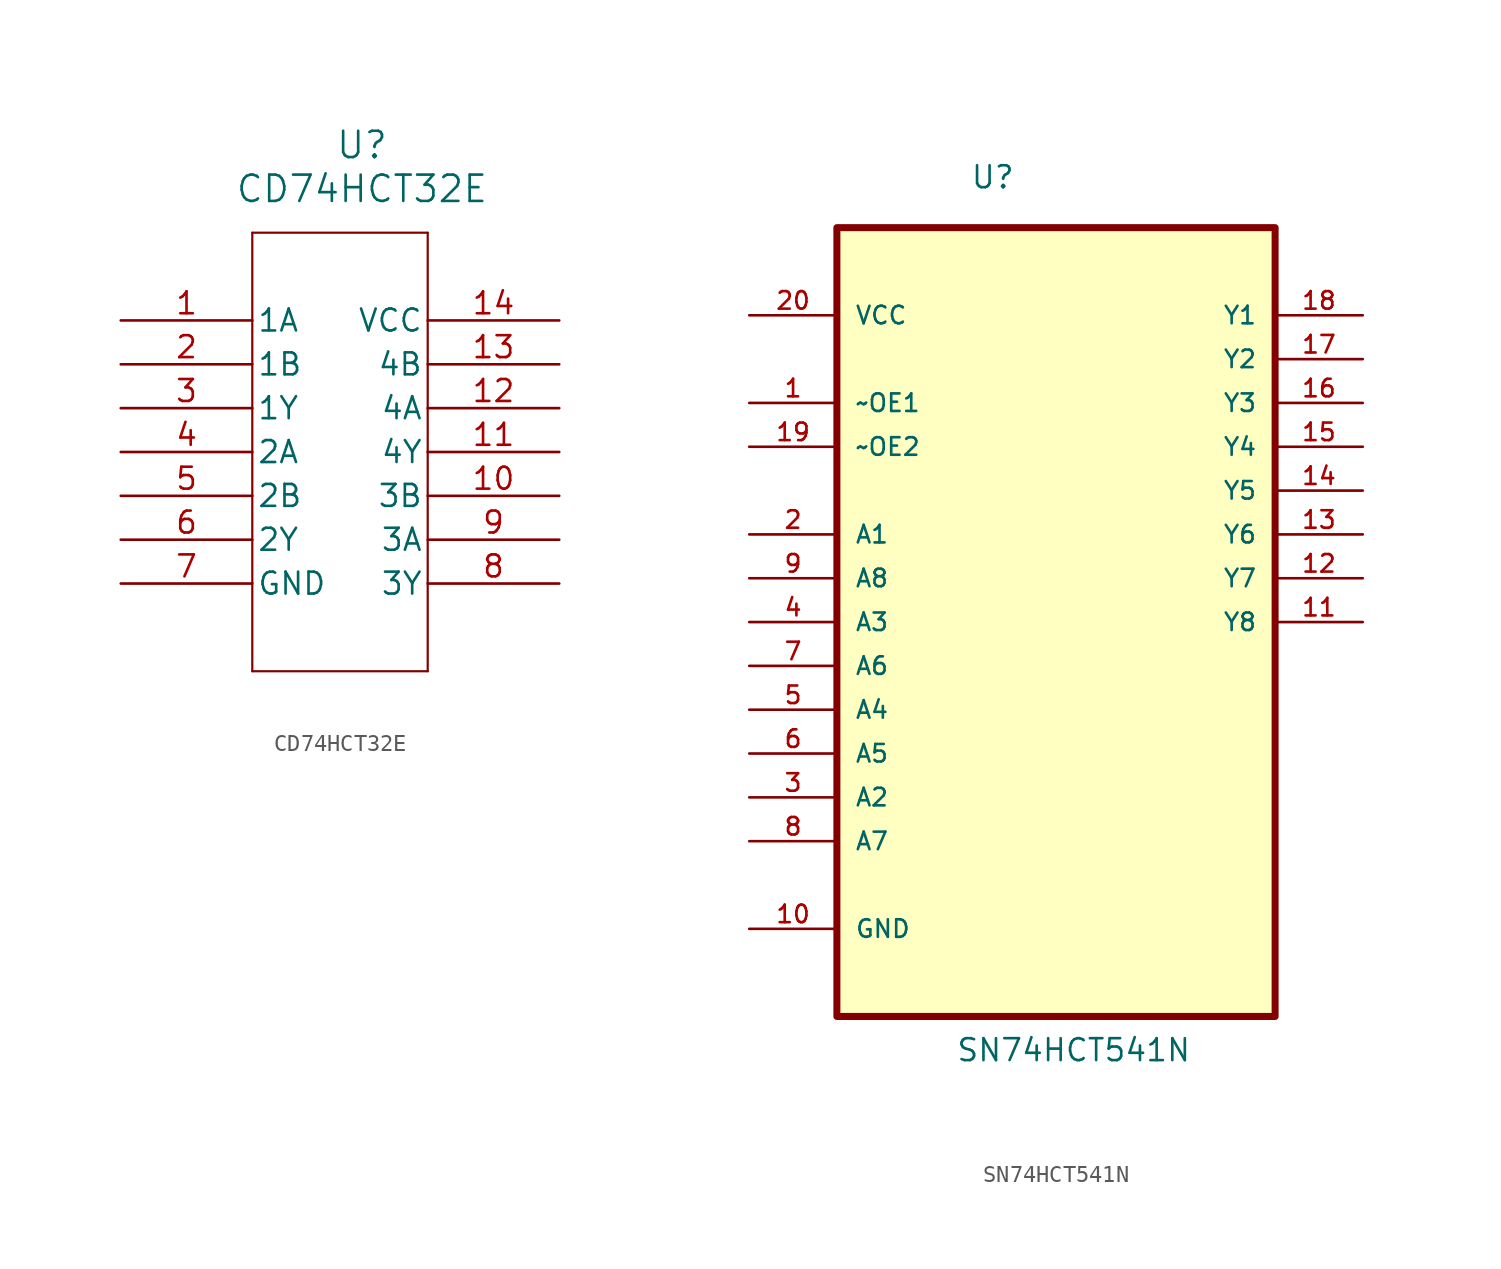
<source format=kicad_sym>
(kicad_symbol_lib
  (version 20231120)
  (generator "kicad_symbol_editor")
  (generator_version "8.0")
  (symbol "CD74HCT32E"
    (pin_names
      (offset 0.254))
    (property "Reference" "U"
      (at 27.94 10.16 0)
      (effects (font (size 1.524 1.524))))
    (property "Value" "CD74HCT32E"
      (at 27.94 7.62 0)
      (effects (font (size 1.524 1.524))))
    (property "ki_locked" ""
      (at 0 0 0)
      (effects (font (size 1.27 1.27))))
    (symbol "CD74HCT32E_0_1"
      (polyline (pts (xy 21.59 -20.32) (xy 31.75 -20.32)) (stroke (width 0.127) (type default)) (fill (type none)))
      (polyline (pts (xy 21.59 5.08) (xy 21.59 -20.32)) (stroke (width 0.127) (type default)) (fill (type none)))
      (polyline (pts (xy 31.75 -20.32) (xy 31.75 5.08)) (stroke (width 0.127) (type default)) (fill (type none)))
      (polyline (pts (xy 31.75 5.08) (xy 21.59 5.08)) (stroke (width 0.127) (type default)) (fill (type none)))
      (pin input line (at 13.97 0 0) (length 7.62) (name "1A" (effects (font (size 1.27 1.27)))) (number "1" (effects (font (size 1.27 1.27)))))
      (pin input line (at 39.37 -10.16 180) (length 7.62) (name "3B" (effects (font (size 1.27 1.27)))) (number "10" (effects (font (size 1.27 1.27)))))
      (pin output line (at 39.37 -7.62 180) (length 7.62) (name "4Y" (effects (font (size 1.27 1.27)))) (number "11" (effects (font (size 1.27 1.27)))))
      (pin input line (at 39.37 -5.08 180) (length 7.62) (name "4A" (effects (font (size 1.27 1.27)))) (number "12" (effects (font (size 1.27 1.27)))))
      (pin input line (at 39.37 -2.54 180) (length 7.62) (name "4B" (effects (font (size 1.27 1.27)))) (number "13" (effects (font (size 1.27 1.27)))))
      (pin power_in line (at 39.37 0 180) (length 7.62) (name "VCC" (effects (font (size 1.27 1.27)))) (number "14" (effects (font (size 1.27 1.27)))))
      (pin input line (at 13.97 -2.54 0) (length 7.62) (name "1B" (effects (font (size 1.27 1.27)))) (number "2" (effects (font (size 1.27 1.27)))))
      (pin output line (at 13.97 -5.08 0) (length 7.62) (name "1Y" (effects (font (size 1.27 1.27)))) (number "3" (effects (font (size 1.27 1.27)))))
      (pin input line (at 13.97 -7.62 0) (length 7.62) (name "2A" (effects (font (size 1.27 1.27)))) (number "4" (effects (font (size 1.27 1.27)))))
      (pin input line (at 13.97 -10.16 0) (length 7.62) (name "2B" (effects (font (size 1.27 1.27)))) (number "5" (effects (font (size 1.27 1.27)))))
      (pin output line (at 13.97 -12.7 0) (length 7.62) (name "2Y" (effects (font (size 1.27 1.27)))) (number "6" (effects (font (size 1.27 1.27)))))
      (pin power_in line (at 13.97 -15.24 0) (length 7.62) (name "GND" (effects (font (size 1.27 1.27)))) (number "7" (effects (font (size 1.27 1.27)))))
      (pin output line (at 39.37 -15.24 180) (length 7.62) (name "3Y" (effects (font (size 1.27 1.27)))) (number "8" (effects (font (size 1.27 1.27)))))
      (pin input line (at 39.37 -12.7 180) (length 7.62) (name "3A" (effects (font (size 1.27 1.27)))) (number "9" (effects (font (size 1.27 1.27)))))))
  (symbol "SN74HCT541N"
    (pin_names
      (offset 1.016))
    (property "Reference" "U"
      (at -4.978 22.504 0)
      (effects (font (size 1.27 1.27)) (justify left bottom)))
    (property "Value" "SN74HCT541N"
      (at -5.817 -28.092 0)
      (effects (font (size 1.27 1.27)) (justify left bottom)))
    (symbol "SN74HCT541N_0_0"
      (rectangle (start -12.7 -25.4) (end 12.7 20.32) (stroke (width 0.406) (type default)) (fill (type background)))
      (pin input line (at -17.78 10.16 0) (length 5.08) (name "~OE1" (effects (font (size 1.016 1.016)))) (number "1" (effects (font (size 1.016 1.016)))))
      (pin passive line (at -17.78 -20.32 0) (length 5.08) (name "GND" (effects (font (size 1.016 1.016)))) (number "10" (effects (font (size 1.016 1.016)))))
      (pin output line (at 17.78 -2.54 180) (length 5.08) (name "Y8" (effects (font (size 1.016 1.016)))) (number "11" (effects (font (size 1.016 1.016)))))
      (pin output line (at 17.78 0 180) (length 5.08) (name "Y7" (effects (font (size 1.016 1.016)))) (number "12" (effects (font (size 1.016 1.016)))))
      (pin output line (at 17.78 2.54 180) (length 5.08) (name "Y6" (effects (font (size 1.016 1.016)))) (number "13" (effects (font (size 1.016 1.016)))))
      (pin output line (at 17.78 5.08 180) (length 5.08) (name "Y5" (effects (font (size 1.016 1.016)))) (number "14" (effects (font (size 1.016 1.016)))))
      (pin output line (at 17.78 7.62 180) (length 5.08) (name "Y4" (effects (font (size 1.016 1.016)))) (number "15" (effects (font (size 1.016 1.016)))))
      (pin output line (at 17.78 10.16 180) (length 5.08) (name "Y3" (effects (font (size 1.016 1.016)))) (number "16" (effects (font (size 1.016 1.016)))))
      (pin output line (at 17.78 12.7 180) (length 5.08) (name "Y2" (effects (font (size 1.016 1.016)))) (number "17" (effects (font (size 1.016 1.016)))))
      (pin output line (at 17.78 15.24 180) (length 5.08) (name "Y1" (effects (font (size 1.016 1.016)))) (number "18" (effects (font (size 1.016 1.016)))))
      (pin input line (at -17.78 7.62 0) (length 5.08) (name "~OE2" (effects (font (size 1.016 1.016)))) (number "19" (effects (font (size 1.016 1.016)))))
      (pin input line (at -17.78 2.54 0) (length 5.08) (name "A1" (effects (font (size 1.016 1.016)))) (number "2" (effects (font (size 1.016 1.016)))))
      (pin power_in line (at -17.78 15.24 0) (length 5.08) (name "VCC" (effects (font (size 1.016 1.016)))) (number "20" (effects (font (size 1.016 1.016)))))
      (pin input line (at -17.78 -12.7 0) (length 5.08) (name "A2" (effects (font (size 1.016 1.016)))) (number "3" (effects (font (size 1.016 1.016)))))
      (pin input line (at -17.78 -2.54 0) (length 5.08) (name "A3" (effects (font (size 1.016 1.016)))) (number "4" (effects (font (size 1.016 1.016)))))
      (pin input line (at -17.78 -7.62 0) (length 5.08) (name "A4" (effects (font (size 1.016 1.016)))) (number "5" (effects (font (size 1.016 1.016)))))
      (pin input line (at -17.78 -10.16 0) (length 5.08) (name "A5" (effects (font (size 1.016 1.016)))) (number "6" (effects (font (size 1.016 1.016)))))
      (pin input line (at -17.78 -5.08 0) (length 5.08) (name "A6" (effects (font (size 1.016 1.016)))) (number "7" (effects (font (size 1.016 1.016)))))
      (pin input line (at -17.78 -15.24 0) (length 5.08) (name "A7" (effects (font (size 1.016 1.016)))) (number "8" (effects (font (size 1.016 1.016)))))
      (pin input line (at -17.78 0 0) (length 5.08) (name "A8" (effects (font (size 1.016 1.016)))) (number "9" (effects (font (size 1.016 1.016))))))))
</source>
